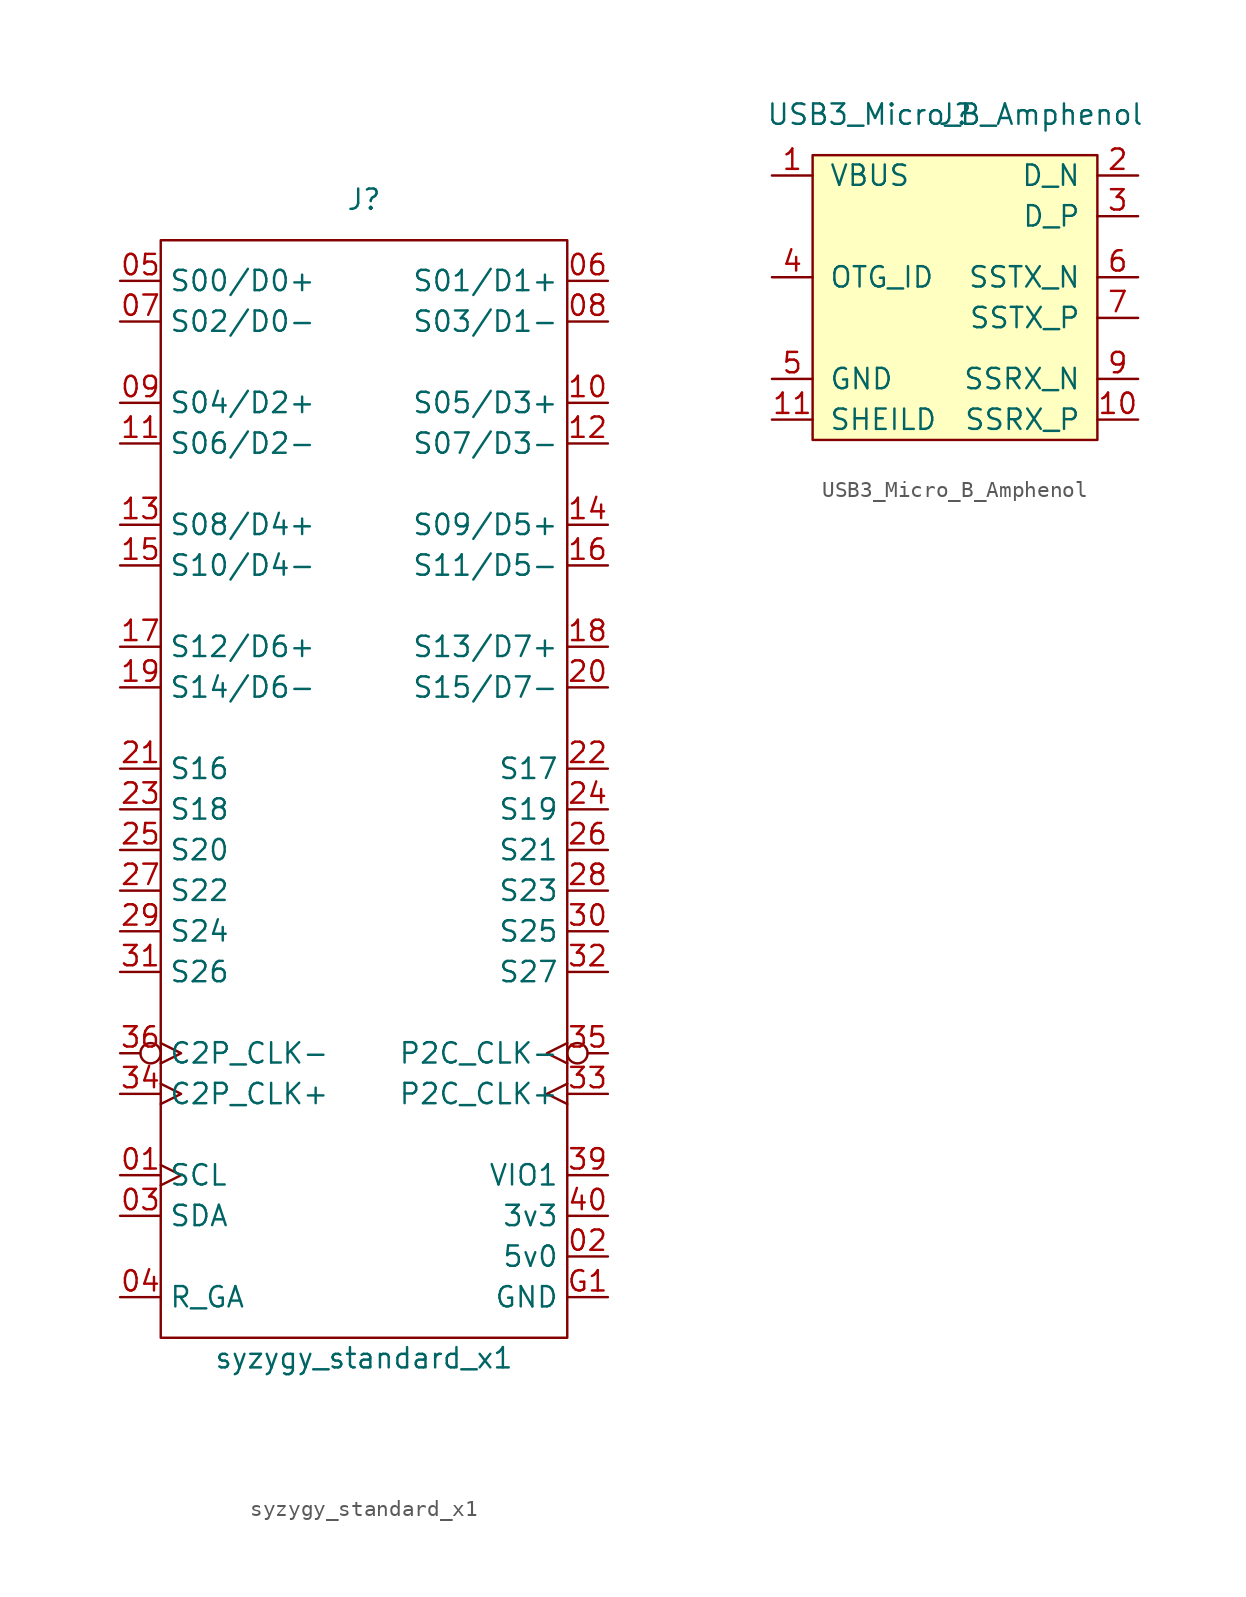
<source format=kicad_sym>
(kicad_symbol_lib
  (version 20241209)
  (generator "kicad_symbol_editor")
  (generator_version "9.0")
  (symbol "syzygy_standard_x1"
    (property "Reference" "J"
      (at 0 36.83 0)
      (effects (font (size 1.27 1.27))))
    (property "Value" "syzygy_standard_x1"
      (at 0 -35.56 0)
      (effects (font (size 1.27 1.27))))
    (symbol "syzygy_standard_x1_0_1"
      (rectangle (start -12.7 34.29) (end 12.7 -34.29) (stroke (width 0.152) (type default)) (fill (type none))))
    (symbol "syzygy_standard_x1_1_1"
      (pin input line (at -15.24 31.75 0) (length 2.54) (name "S00/D0+" (effects (font (size 1.27 1.27)))) (number "05" (effects (font (size 1.27 1.27)))))
      (pin input line (at -15.24 29.21 0) (length 2.54) (name "S02/D0-" (effects (font (size 1.27 1.27)))) (number "07" (effects (font (size 1.27 1.27)))))
      (pin input line (at -15.24 24.13 0) (length 2.54) (name "S04/D2+" (effects (font (size 1.27 1.27)))) (number "09" (effects (font (size 1.27 1.27)))))
      (pin input line (at -15.24 21.59 0) (length 2.54) (name "S06/D2-" (effects (font (size 1.27 1.27)))) (number "11" (effects (font (size 1.27 1.27)))))
      (pin input line (at -15.24 16.51 0) (length 2.54) (name "S08/D4+" (effects (font (size 1.27 1.27)))) (number "13" (effects (font (size 1.27 1.27)))))
      (pin input line (at -15.24 13.97 0) (length 2.54) (name "S10/D4-" (effects (font (size 1.27 1.27)))) (number "15" (effects (font (size 1.27 1.27)))))
      (pin input line (at -15.24 8.89 0) (length 2.54) (name "S12/D6+" (effects (font (size 1.27 1.27)))) (number "17" (effects (font (size 1.27 1.27)))))
      (pin input line (at -15.24 6.35 0) (length 2.54) (name "S14/D6-" (effects (font (size 1.27 1.27)))) (number "19" (effects (font (size 1.27 1.27)))))
      (pin input line (at -15.24 1.27 0) (length 2.54) (name "S16" (effects (font (size 1.27 1.27)))) (number "21" (effects (font (size 1.27 1.27)))))
      (pin input line (at -15.24 -1.27 0) (length 2.54) (name "S18" (effects (font (size 1.27 1.27)))) (number "23" (effects (font (size 1.27 1.27)))))
      (pin input line (at -15.24 -3.81 0) (length 2.54) (name "S20" (effects (font (size 1.27 1.27)))) (number "25" (effects (font (size 1.27 1.27)))))
      (pin input line (at -15.24 -6.35 0) (length 2.54) (name "S22" (effects (font (size 1.27 1.27)))) (number "27" (effects (font (size 1.27 1.27)))))
      (pin input line (at -15.24 -8.89 0) (length 2.54) (name "S24" (effects (font (size 1.27 1.27)))) (number "29" (effects (font (size 1.27 1.27)))))
      (pin input line (at -15.24 -11.43 0) (length 2.54) (name "S26" (effects (font (size 1.27 1.27)))) (number "31" (effects (font (size 1.27 1.27)))))
      (pin input inverted_clock (at -15.24 -16.51 0) (length 2.54) (name "C2P_CLK-" (effects (font (size 1.27 1.27)))) (number "36" (effects (font (size 1.27 1.27)))))
      (pin input clock (at -15.24 -19.05 0) (length 2.54) (name "C2P_CLK+" (effects (font (size 1.27 1.27)))) (number "34" (effects (font (size 1.27 1.27)))))
      (pin input clock (at -15.24 -24.13 0) (length 2.54) (name "SCL" (effects (font (size 1.27 1.27)))) (number "01" (effects (font (size 1.27 1.27)))))
      (pin bidirectional line (at -15.24 -26.67 0) (length 2.54) (name "SDA" (effects (font (size 1.27 1.27)))) (number "03" (effects (font (size 1.27 1.27)))))
      (pin passive line (at -15.24 -31.75 0) (length 2.54) (name "R_GA" (effects (font (size 1.27 1.27)))) (number "04" (effects (font (size 1.27 1.27)))))
      (pin no_connect non_logic (at 0 -3.81 270) (length 2.54) (hide yes) (name "RSVD" (effects (font (size 1.27 1.27)))) (number "37" (effects (font (size 1.27 1.27)))))
      (pin no_connect non_logic (at 0 -3.81 270) (length 2.54) (hide yes) (name "RSVD" (effects (font (size 1.27 1.27)))) (number "38" (effects (font (size 1.27 1.27)))))
      (pin input line (at 15.24 31.75 180) (length 2.54) (name "S01/D1+" (effects (font (size 1.27 1.27)))) (number "06" (effects (font (size 1.27 1.27)))))
      (pin input line (at 15.24 29.21 180) (length 2.54) (name "S03/D1-" (effects (font (size 1.27 1.27)))) (number "08" (effects (font (size 1.27 1.27)))))
      (pin input line (at 15.24 24.13 180) (length 2.54) (name "S05/D3+" (effects (font (size 1.27 1.27)))) (number "10" (effects (font (size 1.27 1.27)))))
      (pin input line (at 15.24 21.59 180) (length 2.54) (name "S07/D3-" (effects (font (size 1.27 1.27)))) (number "12" (effects (font (size 1.27 1.27)))))
      (pin input line (at 15.24 16.51 180) (length 2.54) (name "S09/D5+" (effects (font (size 1.27 1.27)))) (number "14" (effects (font (size 1.27 1.27)))))
      (pin input line (at 15.24 13.97 180) (length 2.54) (name "S11/D5-" (effects (font (size 1.27 1.27)))) (number "16" (effects (font (size 1.27 1.27)))))
      (pin input line (at 15.24 8.89 180) (length 2.54) (name "S13/D7+" (effects (font (size 1.27 1.27)))) (number "18" (effects (font (size 1.27 1.27)))))
      (pin input line (at 15.24 6.35 180) (length 2.54) (name "S15/D7-" (effects (font (size 1.27 1.27)))) (number "20" (effects (font (size 1.27 1.27)))))
      (pin input line (at 15.24 1.27 180) (length 2.54) (name "S17" (effects (font (size 1.27 1.27)))) (number "22" (effects (font (size 1.27 1.27)))))
      (pin input line (at 15.24 -1.27 180) (length 2.54) (name "S19" (effects (font (size 1.27 1.27)))) (number "24" (effects (font (size 1.27 1.27)))))
      (pin input line (at 15.24 -3.81 180) (length 2.54) (name "S21" (effects (font (size 1.27 1.27)))) (number "26" (effects (font (size 1.27 1.27)))))
      (pin input line (at 15.24 -6.35 180) (length 2.54) (name "S23" (effects (font (size 1.27 1.27)))) (number "28" (effects (font (size 1.27 1.27)))))
      (pin input line (at 15.24 -8.89 180) (length 2.54) (name "S25" (effects (font (size 1.27 1.27)))) (number "30" (effects (font (size 1.27 1.27)))))
      (pin input line (at 15.24 -11.43 180) (length 2.54) (name "S27" (effects (font (size 1.27 1.27)))) (number "32" (effects (font (size 1.27 1.27)))))
      (pin output inverted_clock (at 15.24 -16.51 180) (length 2.54) (name "P2C_CLK-" (effects (font (size 1.27 1.27)))) (number "35" (effects (font (size 1.27 1.27)))))
      (pin output clock (at 15.24 -19.05 180) (length 2.54) (name "P2C_CLK+" (effects (font (size 1.27 1.27)))) (number "33" (effects (font (size 1.27 1.27)))))
      (pin power_in line (at 15.24 -24.13 180) (length 2.54) (name "VIO1" (effects (font (size 1.27 1.27)))) (number "39" (effects (font (size 1.27 1.27)))))
      (pin power_in line (at 15.24 -26.67 180) (length 2.54) (name "3v3" (effects (font (size 1.27 1.27)))) (number "40" (effects (font (size 1.27 1.27)))))
      (pin power_in line (at 15.24 -29.21 180) (length 2.54) (name "5v0" (effects (font (size 1.27 1.27)))) (number "02" (effects (font (size 1.27 1.27)))))
      (pin power_in line (at 15.24 -31.75 180) (length 2.54) (name "GND" (effects (font (size 1.27 1.27)))) (number "G1" (effects (font (size 1.27 1.27)))))
      (pin passive line (at 15.24 -31.75 180) (length 2.54) (hide yes) (name "GND" (effects (font (size 1.27 1.27)))) (number "G2" (effects (font (size 1.27 1.27)))))
      (pin passive line (at 15.24 -31.75 180) (length 2.54) (hide yes) (name "GND" (effects (font (size 1.27 1.27)))) (number "G3" (effects (font (size 1.27 1.27)))))
      (pin passive line (at 15.24 -31.75 180) (length 2.54) (hide yes) (name "GND" (effects (font (size 1.27 1.27)))) (number "G4" (effects (font (size 1.27 1.27)))))
      (pin passive line (at 15.24 -31.75 180) (length 2.54) (hide yes) (name "GND" (effects (font (size 1.27 1.27)))) (number "GH" (effects (font (size 1.27 1.27)))))))
  (symbol "USB3_Micro_B_Amphenol"
    (pin_names
      (offset 1.016))
    (property "Reference" "J"
      (at 0 11.43 0)
      (effects (font (size 1.27 1.27))))
    (property "Value" "USB3_Micro_B_Amphenol"
      (at 0 11.43 0)
      (effects (font (size 1.27 1.27))))
    (symbol "USB3_Micro_B_Amphenol_0_1"
      (rectangle (start -8.89 8.89) (end 8.89 -8.89) (stroke (width 0) (type default)) (fill (type background))))
    (symbol "USB3_Micro_B_Amphenol_1_1"
      (pin power_out line (at -11.43 7.62 0) (length 2.54) (name "VBUS" (effects (font (size 1.27 1.27)))) (number "1" (effects (font (size 1.27 1.27)))))
      (pin passive line (at -11.43 1.27 0) (length 2.54) (name "OTG_ID" (effects (font (size 1.27 1.27)))) (number "4" (effects (font (size 1.27 1.27)))))
      (pin passive line (at -11.43 -5.08 0) (length 2.54) (name "GND" (effects (font (size 1.27 1.27)))) (number "5" (effects (font (size 1.27 1.27)))))
      (pin passive line (at -11.43 -5.08 0) (length 2.54) (hide yes) (name "GND" (effects (font (size 1.27 1.27)))) (number "8" (effects (font (size 1.27 1.27)))))
      (pin passive line (at -11.43 -7.62 0) (length 2.54) (name "SHEILD" (effects (font (size 1.27 1.27)))) (number "11" (effects (font (size 1.27 1.27)))))
      (pin bidirectional line (at 11.43 7.62 180) (length 2.54) (name "D_N" (effects (font (size 1.27 1.27)))) (number "2" (effects (font (size 1.27 1.27)))))
      (pin bidirectional line (at 11.43 5.08 180) (length 2.54) (name "D_P" (effects (font (size 1.27 1.27)))) (number "3" (effects (font (size 1.27 1.27)))))
      (pin output line (at 11.43 1.27 180) (length 2.54) (name "SSTX_N" (effects (font (size 1.27 1.27)))) (number "6" (effects (font (size 1.27 1.27)))))
      (pin output line (at 11.43 -1.27 180) (length 2.54) (name "SSTX_P" (effects (font (size 1.27 1.27)))) (number "7" (effects (font (size 1.27 1.27)))))
      (pin input line (at 11.43 -5.08 180) (length 2.54) (name "SSRX_N" (effects (font (size 1.27 1.27)))) (number "9" (effects (font (size 1.27 1.27)))))
      (pin input line (at 11.43 -7.62 180) (length 2.54) (name "SSRX_P" (effects (font (size 1.27 1.27)))) (number "10" (effects (font (size 1.27 1.27))))))))
</source>
